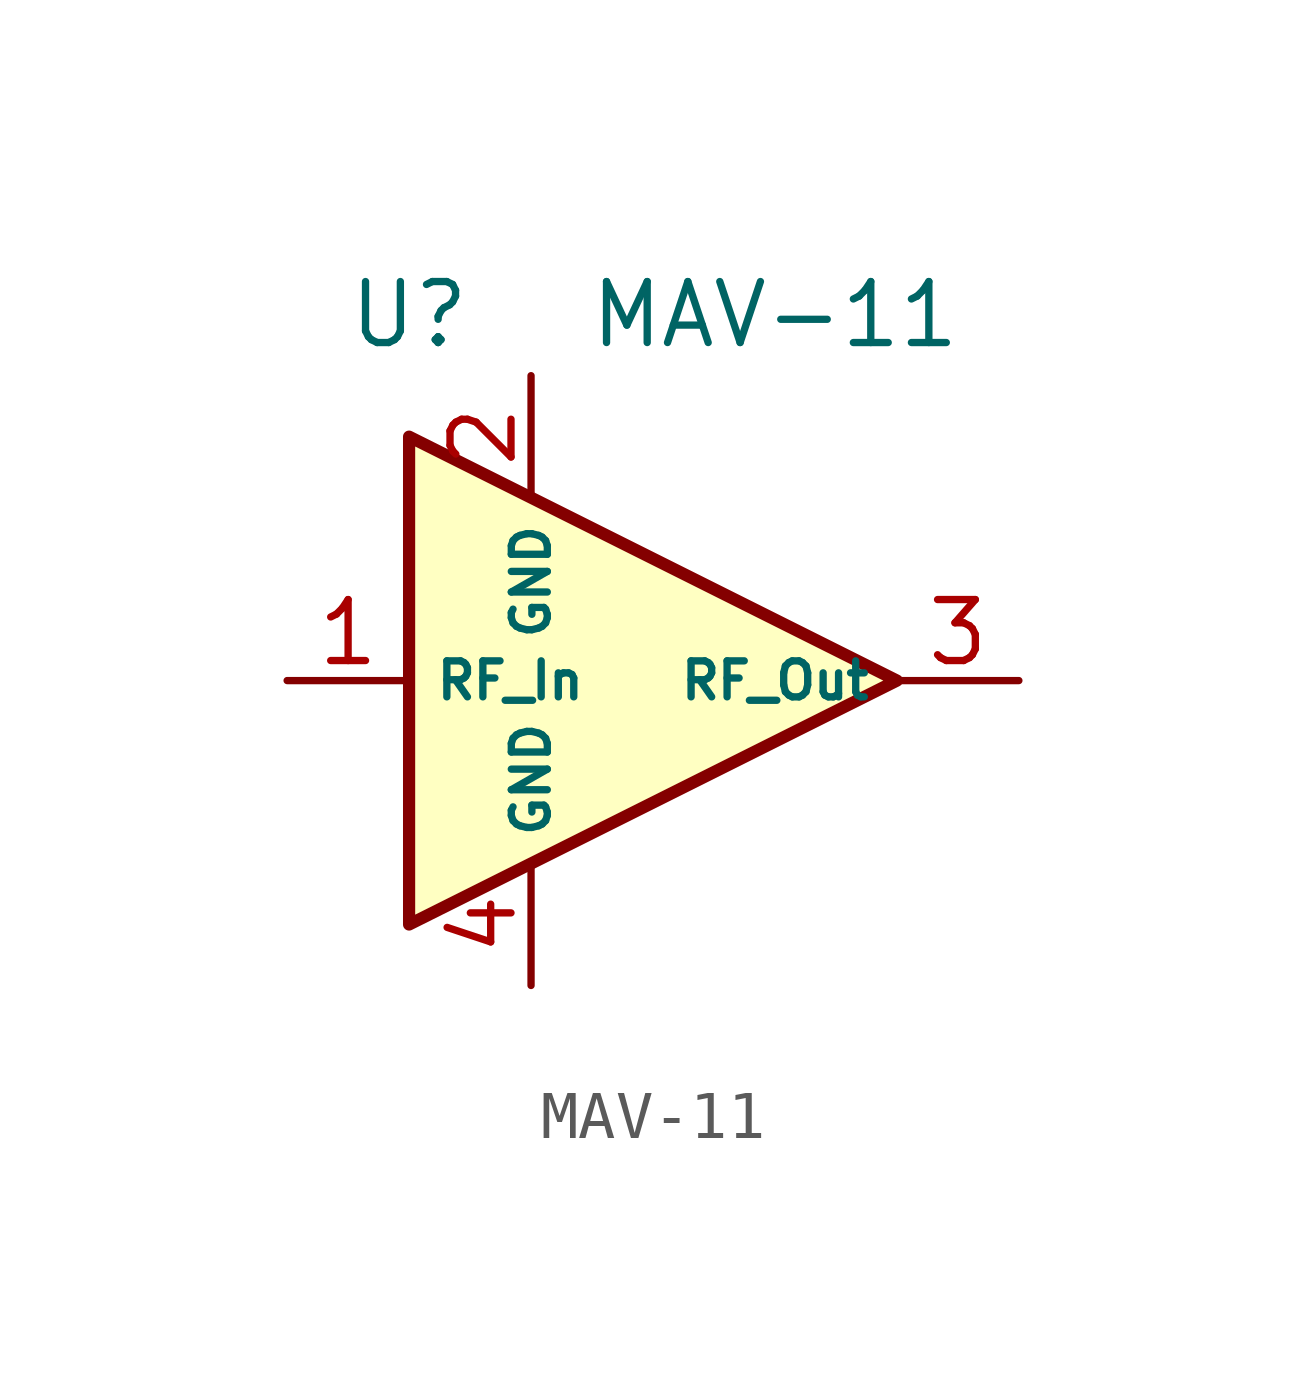
<source format=kicad_sym>
(kicad_symbol_lib
  (version 20211014)
  (generator kicad_symbol_editor)
  (symbol "MAV-11"
    (property "Reference" "U"
      (at -2.54 7.62 0)
      (effects (font (size 1.27 1.27))))
    (property "Value" "MAV-11"
      (at 5.08 7.62 0)
      (effects (font (size 1.27 1.27))))
    (symbol "MAV-11_0_1"
      (polyline (pts (xy 7.62 0) (xy -2.54 5.08) (xy -2.54 -5.08) (xy 7.62 0)) (stroke (width 0.254) (type default) (color 0 0 0 0)) (fill (type background))))
    (symbol "MAV-11_1_1"
      (pin passive line (at -5.08 0 0) (length 2.54) (name "RF_In" (effects (font (size 0.75 0.75)))) (number "1" (effects (font (size 1.27 1.27)))))
      (pin input line (at 0 6.35 270) (length 2.54) (name "GND" (effects (font (size 0.75 0.75)))) (number "2" (effects (font (size 1.27 1.27)))))
      (pin passive line (at 10.16 0 180) (length 2.54) (name "RF_Out" (effects (font (size 0.75 0.75)))) (number "3" (effects (font (size 1.27 1.27)))))
      (pin input line (at 0 -6.35 90) (length 2.54) (name "GND" (effects (font (size 0.75 0.75)))) (number "4" (effects (font (size 1.27 1.27))))))))
</source>
